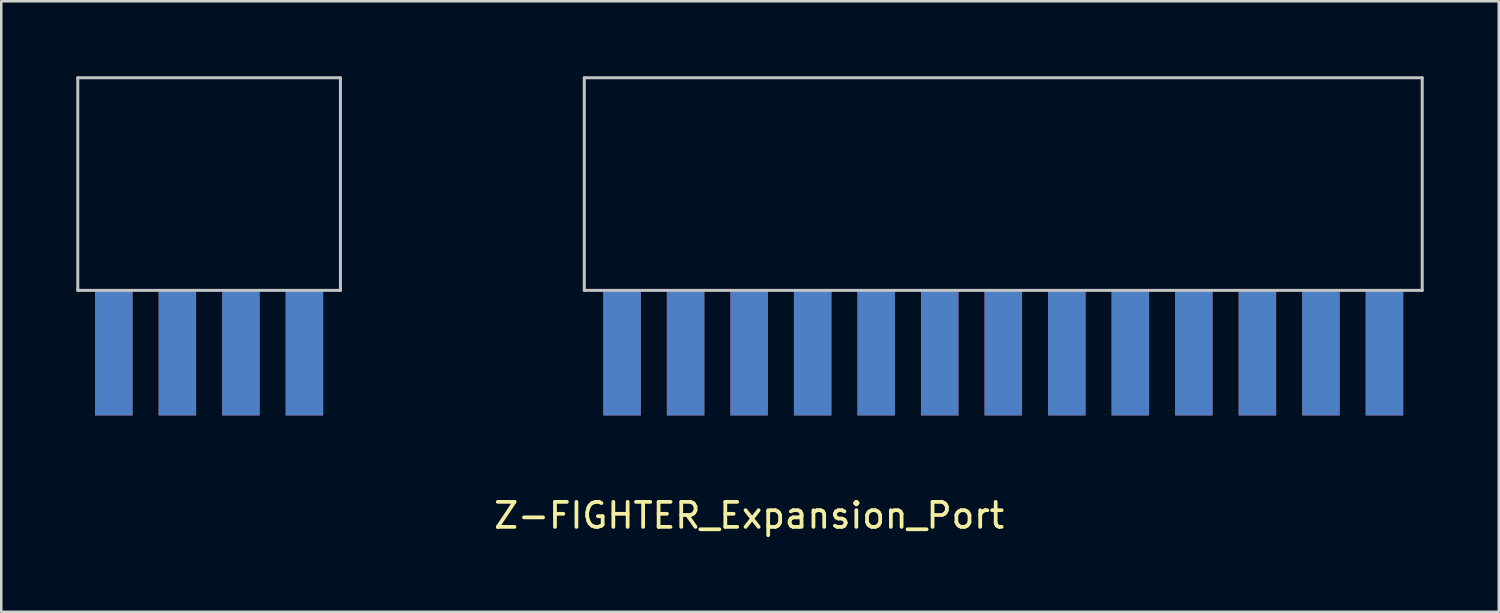
<source format=kicad_pcb>
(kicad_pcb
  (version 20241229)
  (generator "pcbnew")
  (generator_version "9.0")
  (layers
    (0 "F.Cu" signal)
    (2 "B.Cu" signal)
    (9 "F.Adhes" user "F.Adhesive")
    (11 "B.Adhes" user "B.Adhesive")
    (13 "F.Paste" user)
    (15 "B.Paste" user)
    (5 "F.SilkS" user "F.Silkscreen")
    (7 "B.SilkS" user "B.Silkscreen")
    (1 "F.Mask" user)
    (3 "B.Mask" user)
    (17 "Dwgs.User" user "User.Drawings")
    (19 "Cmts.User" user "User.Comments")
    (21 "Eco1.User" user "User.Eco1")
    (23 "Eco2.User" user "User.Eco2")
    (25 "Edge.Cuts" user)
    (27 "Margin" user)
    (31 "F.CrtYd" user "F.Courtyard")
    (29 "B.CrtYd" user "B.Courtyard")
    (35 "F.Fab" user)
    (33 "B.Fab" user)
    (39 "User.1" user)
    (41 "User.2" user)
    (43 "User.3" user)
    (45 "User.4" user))
  (footprint "Z-FIGHTER_Expansion_Port"
    (layer "F.Cu")
    (at 26.9 11.06)
    (property "Reference" "Z-FIGHTER_Expansion_Port" (at 0 6.5 180) (layer "F.SilkS") (effects (font (size 1 1) (thickness 0.15))))
    (attr through_hole)
    (fp_line (start -26.84 -2.5) (end -26.84 -11) (stroke (width 0.12) (type solid)) (layer "Dwgs.User"))
    (fp_line (start -16.34 -11) (end -26.84 -11) (stroke (width 0.12) (type solid)) (layer "Dwgs.User"))
    (fp_line (start -16.34 -2.5) (end -26.84 -2.5) (stroke (width 0.12) (type solid)) (layer "Dwgs.User"))
    (fp_line (start -16.34 -2.5) (end -16.34 -11) (stroke (width 0.12) (type solid)) (layer "Dwgs.User"))
    (fp_line (start -6.59 -11) (end 26.91 -11) (stroke (width 0.12) (type solid)) (layer "Dwgs.User"))
    (fp_line (start -6.59 -2.5) (end -6.59 -11) (stroke (width 0.12) (type solid)) (layer "Dwgs.User"))
    (fp_line (start 26.91 -11) (end 26.91 -2.5) (stroke (width 0.12) (type solid)) (layer "Dwgs.User"))
    (fp_line (start 26.91 -2.5) (end -6.59 -2.5) (stroke (width 0.12) (type solid)) (layer "Dwgs.User"))
    (pad "1" connect rect (at 25.4 0 180) (size 1.5 5) (layers "F.Cu"))
    (pad "2" connect custom (at 25.4 0 180) (size 1.5 5) (layers "B.Cu") (options (anchor rect)) (primitives))
    (pad "3" connect rect (at 22.86 0 180) (size 1.5 5) (layers "F.Cu"))
    (pad "4" connect rect (at 22.86 0 180) (size 1.5 5) (layers "B.Cu"))
    (pad "5" connect rect (at 20.32 0 180) (size 1.5 5) (layers "F.Cu"))
    (pad "6" connect rect (at 20.32 0 180) (size 1.5 5) (layers "B.Cu"))
    (pad "7" connect rect (at 17.78 0 180) (size 1.5 5) (layers "F.Cu"))
    (pad "8" connect rect (at 17.78 0 180) (size 1.5 5) (layers "B.Cu"))
    (pad "9" connect rect (at 15.24 0 180) (size 1.5 5) (layers "F.Cu"))
    (pad "10" connect rect (at 15.24 0 180) (size 1.5 5) (layers "B.Cu"))
    (pad "11" connect rect (at 12.7 0 180) (size 1.5 5) (layers "F.Cu"))
    (pad "12" connect rect (at 12.7 0 180) (size 1.5 5) (layers "B.Cu"))
    (pad "13" connect rect (at 10.16 0 180) (size 1.5 5) (layers "F.Cu"))
    (pad "14" connect rect (at 10.16 0 180) (size 1.5 5) (layers "B.Cu"))
    (pad "15" connect rect (at 7.62 0 180) (size 1.5 5) (layers "F.Cu"))
    (pad "16" connect rect (at 7.62 0 180) (size 1.5 5) (layers "B.Cu"))
    (pad "17" connect rect (at 5.08 0 180) (size 1.5 5) (layers "F.Cu"))
    (pad "18" connect rect (at 5.08 0 180) (size 1.5 5) (layers "B.Cu"))
    (pad "19" connect rect (at 2.54 0 180) (size 1.5 5) (layers "F.Cu"))
    (pad "20" connect rect (at 2.54 0 180) (size 1.5 5) (layers "B.Cu"))
    (pad "21" connect rect (at 0 0 180) (size 1.5 5) (layers "F.Cu"))
    (pad "22" connect rect (at 0 0 180) (size 1.5 5) (layers "B.Cu"))
    (pad "23" connect rect (at -2.54 0 180) (size 1.5 5) (layers "F.Cu"))
    (pad "24" connect rect (at -2.54 0 180) (size 1.5 5) (layers "B.Cu"))
    (pad "25" connect rect (at -5.08 0 180) (size 1.5 5) (layers "F.Cu"))
    (pad "26" connect rect (at -5.08 0 180) (size 1.5 5) (layers "B.Cu"))
    (pad "27" connect rect (at -17.78 0 180) (size 1.5 5) (layers "F.Cu"))
    (pad "28" connect rect (at -17.78 0 180) (size 1.5 5) (layers "B.Cu"))
    (pad "29" connect rect (at -20.32 0 180) (size 1.5 5) (layers "F.Cu"))
    (pad "30" connect rect (at -20.32 0 180) (size 1.5 5) (layers "B.Cu"))
    (pad "31" connect rect (at -22.86 0 180) (size 1.5 5) (layers "F.Cu"))
    (pad "32" connect rect (at -22.86 0 180) (size 1.5 5) (layers "B.Cu"))
    (pad "33" connect rect (at -25.4 0 180) (size 1.5 5) (layers "F.Cu"))
    (pad "34" connect rect (at -25.4 0 180) (size 1.5 5) (layers "B.Cu")))
  (gr_rect
    (start -3 -3)
    (end 56.87 21.408)
    (stroke (width 0.1) (type default))
    (fill no)
    (layer "Edge.Cuts")))
</source>
